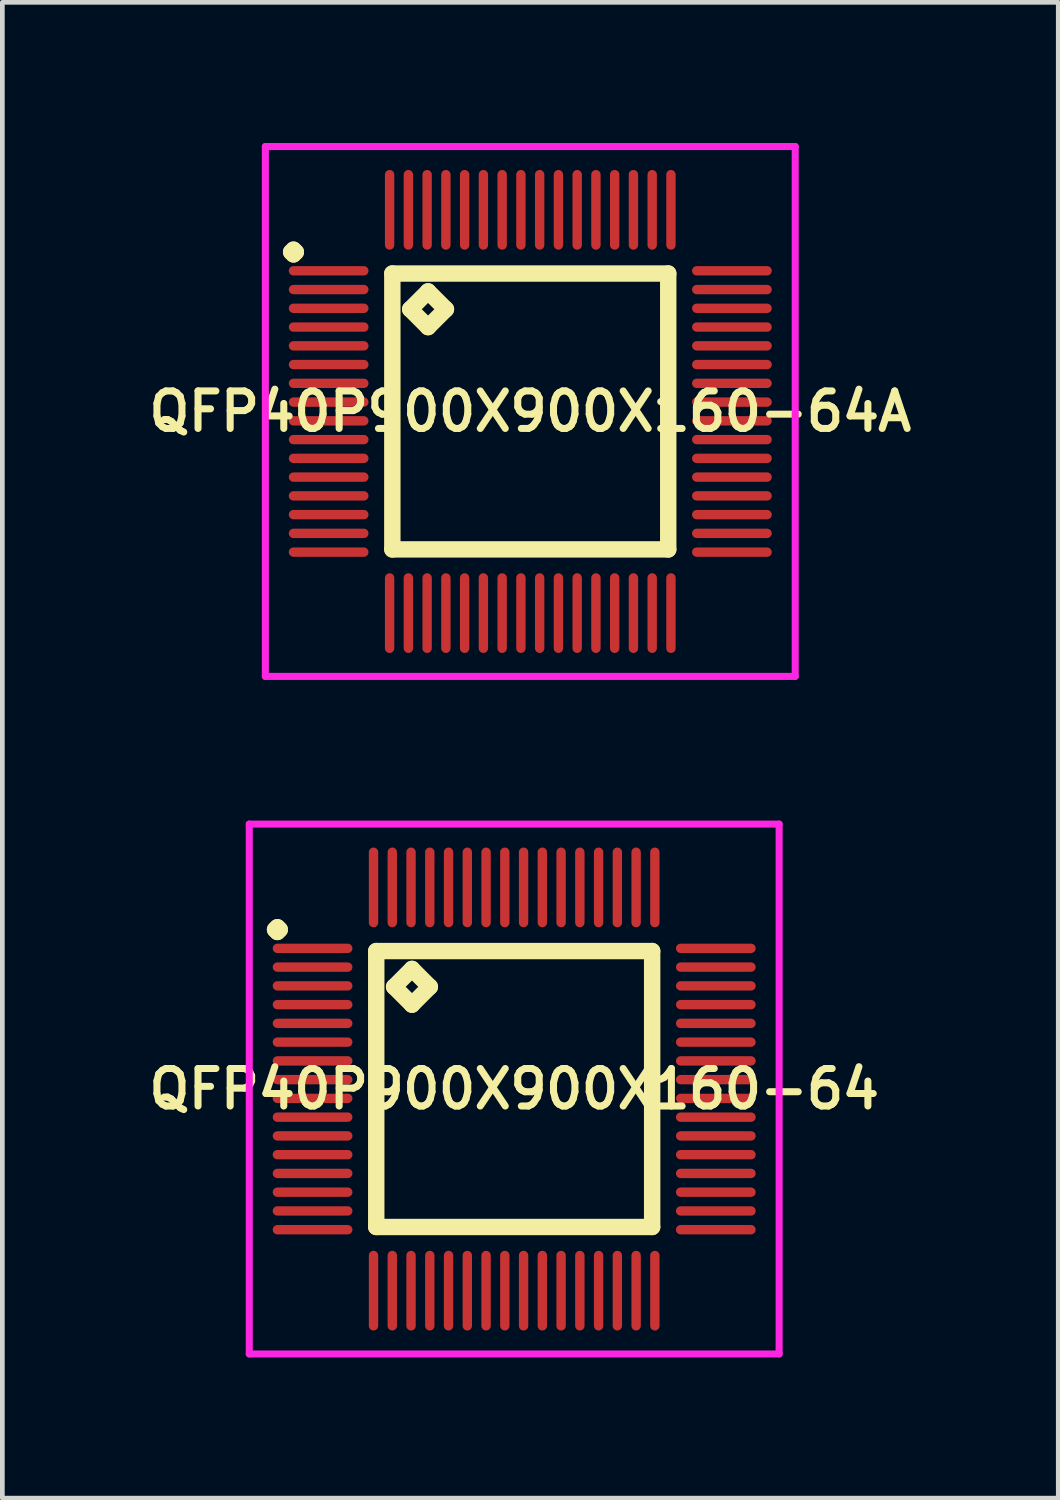
<source format=kicad_pcb>
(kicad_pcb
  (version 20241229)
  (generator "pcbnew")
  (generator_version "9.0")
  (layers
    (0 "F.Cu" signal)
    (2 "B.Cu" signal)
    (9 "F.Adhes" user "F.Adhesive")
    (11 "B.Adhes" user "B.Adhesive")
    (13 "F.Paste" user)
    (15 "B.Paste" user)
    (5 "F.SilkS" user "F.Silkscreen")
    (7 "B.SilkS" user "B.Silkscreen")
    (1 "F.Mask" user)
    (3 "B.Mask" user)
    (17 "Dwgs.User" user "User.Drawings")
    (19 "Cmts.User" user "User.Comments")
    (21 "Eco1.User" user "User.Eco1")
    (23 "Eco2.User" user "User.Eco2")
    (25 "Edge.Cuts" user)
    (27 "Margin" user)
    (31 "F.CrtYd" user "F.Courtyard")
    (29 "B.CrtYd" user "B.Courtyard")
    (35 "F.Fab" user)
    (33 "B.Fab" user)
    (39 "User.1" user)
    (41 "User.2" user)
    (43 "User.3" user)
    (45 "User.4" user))
  (footprint "QFP40P900X900X160-64"
    (layer "F.Cu")
    (at 7.916 20.175)
    (property "Reference" "QFP40P900X900X160-64" (at 0 0 0) (layer "F.SilkS") (effects (font (size 0.8 0.8) (thickness 0.15))))
    (attr smd)
    (fp_line (start -5.1 -3.4) (end -5.05 -3.45) (stroke (width 0.35) (type solid)) (layer "F.SilkS"))
    (fp_line (start -5.05 -3.45) (end -5 -3.4) (stroke (width 0.35) (type solid)) (layer "F.SilkS"))
    (fp_line (start -5.05 -3.35) (end -5.1 -3.4) (stroke (width 0.35) (type solid)) (layer "F.SilkS"))
    (fp_line (start -5 -3.4) (end -5.05 -3.35) (stroke (width 0.35) (type solid)) (layer "F.SilkS"))
    (fp_line (start -2.942 -2.942) (end -2.942 2.942) (stroke (width 0.35) (type solid)) (layer "F.SilkS"))
    (fp_line (start -2.942 2.942) (end 2.942 2.942) (stroke (width 0.35) (type solid)) (layer "F.SilkS"))
    (fp_line (start -2.561 -2.18) (end -2.18 -2.561) (stroke (width 0.35) (type solid)) (layer "F.SilkS"))
    (fp_line (start -2.18 -2.561) (end -1.799 -2.18) (stroke (width 0.35) (type solid)) (layer "F.SilkS"))
    (fp_line (start -2.18 -1.799) (end -2.561 -2.18) (stroke (width 0.35) (type solid)) (layer "F.SilkS"))
    (fp_line (start -1.799 -2.18) (end -2.18 -1.799) (stroke (width 0.35) (type solid)) (layer "F.SilkS"))
    (fp_line (start 2.942 -2.942) (end -2.942 -2.942) (stroke (width 0.35) (type solid)) (layer "F.SilkS"))
    (fp_line (start 2.942 2.942) (end 2.942 -2.942) (stroke (width 0.35) (type solid)) (layer "F.SilkS"))
    (fp_line (start -5.65 -5.65) (end 5.65 -5.65) (stroke (width 0.15) (type solid)) (layer "F.CrtYd"))
    (fp_line (start -5.65 5.65) (end -5.65 -5.65) (stroke (width 0.15) (type solid)) (layer "F.CrtYd"))
    (fp_line (start 5.65 -5.65) (end 5.65 5.65) (stroke (width 0.15) (type solid)) (layer "F.CrtYd"))
    (fp_line (start 5.65 5.65) (end -5.65 5.65) (stroke (width 0.15) (type solid)) (layer "F.CrtYd"))
    (pad "1" smd oval (at -4.3 -3) (size 1.7 0.2) (layers "F.Cu" "F.Mask" "F.Paste"))
    (pad "2" smd oval (at -4.3 -2.6) (size 1.7 0.2) (layers "F.Cu" "F.Mask" "F.Paste"))
    (pad "3" smd oval (at -4.3 -2.2) (size 1.7 0.2) (layers "F.Cu" "F.Mask" "F.Paste"))
    (pad "4" smd oval (at -4.3 -1.8) (size 1.7 0.2) (layers "F.Cu" "F.Mask" "F.Paste"))
    (pad "5" smd oval (at -4.3 -1.4) (size 1.7 0.2) (layers "F.Cu" "F.Mask" "F.Paste"))
    (pad "6" smd oval (at -4.3 -1) (size 1.7 0.2) (layers "F.Cu" "F.Mask" "F.Paste"))
    (pad "7" smd oval (at -4.3 -0.6) (size 1.7 0.2) (layers "F.Cu" "F.Mask" "F.Paste"))
    (pad "8" smd oval (at -4.3 -0.2) (size 1.7 0.2) (layers "F.Cu" "F.Mask" "F.Paste"))
    (pad "9" smd oval (at -4.3 0.2) (size 1.7 0.2) (layers "F.Cu" "F.Mask" "F.Paste"))
    (pad "10" smd oval (at -4.3 0.6) (size 1.7 0.2) (layers "F.Cu" "F.Mask" "F.Paste"))
    (pad "11" smd oval (at -4.3 1) (size 1.7 0.2) (layers "F.Cu" "F.Mask" "F.Paste"))
    (pad "12" smd oval (at -4.3 1.4) (size 1.7 0.2) (layers "F.Cu" "F.Mask" "F.Paste"))
    (pad "13" smd oval (at -4.3 1.8) (size 1.7 0.2) (layers "F.Cu" "F.Mask" "F.Paste"))
    (pad "14" smd oval (at -4.3 2.2) (size 1.7 0.2) (layers "F.Cu" "F.Mask" "F.Paste"))
    (pad "15" smd oval (at -4.3 2.6) (size 1.7 0.2) (layers "F.Cu" "F.Mask" "F.Paste"))
    (pad "16" smd oval (at -4.3 3) (size 1.7 0.2) (layers "F.Cu" "F.Mask" "F.Paste"))
    (pad "17" smd oval (at -3 4.3) (size 0.2 1.7) (layers "F.Cu" "F.Mask" "F.Paste"))
    (pad "18" smd oval (at -2.6 4.3) (size 0.2 1.7) (layers "F.Cu" "F.Mask" "F.Paste"))
    (pad "19" smd oval (at -2.2 4.3) (size 0.2 1.7) (layers "F.Cu" "F.Mask" "F.Paste"))
    (pad "20" smd oval (at -1.8 4.3) (size 0.2 1.7) (layers "F.Cu" "F.Mask" "F.Paste"))
    (pad "21" smd oval (at -1.4 4.3) (size 0.2 1.7) (layers "F.Cu" "F.Mask" "F.Paste"))
    (pad "22" smd oval (at -1 4.3) (size 0.2 1.7) (layers "F.Cu" "F.Mask" "F.Paste"))
    (pad "23" smd oval (at -0.6 4.3) (size 0.2 1.7) (layers "F.Cu" "F.Mask" "F.Paste"))
    (pad "24" smd oval (at -0.2 4.3) (size 0.2 1.7) (layers "F.Cu" "F.Mask" "F.Paste"))
    (pad "25" smd oval (at 0.2 4.3) (size 0.2 1.7) (layers "F.Cu" "F.Mask" "F.Paste"))
    (pad "26" smd oval (at 0.6 4.3) (size 0.2 1.7) (layers "F.Cu" "F.Mask" "F.Paste"))
    (pad "27" smd oval (at 1 4.3) (size 0.2 1.7) (layers "F.Cu" "F.Mask" "F.Paste"))
    (pad "28" smd oval (at 1.4 4.3) (size 0.2 1.7) (layers "F.Cu" "F.Mask" "F.Paste"))
    (pad "29" smd oval (at 1.8 4.3) (size 0.2 1.7) (layers "F.Cu" "F.Mask" "F.Paste"))
    (pad "30" smd oval (at 2.2 4.3) (size 0.2 1.7) (layers "F.Cu" "F.Mask" "F.Paste"))
    (pad "31" smd oval (at 2.6 4.3) (size 0.2 1.7) (layers "F.Cu" "F.Mask" "F.Paste"))
    (pad "32" smd oval (at 3 4.3) (size 0.2 1.7) (layers "F.Cu" "F.Mask" "F.Paste"))
    (pad "33" smd oval (at 4.3 3) (size 1.7 0.2) (layers "F.Cu" "F.Mask" "F.Paste"))
    (pad "34" smd oval (at 4.3 2.6) (size 1.7 0.2) (layers "F.Cu" "F.Mask" "F.Paste"))
    (pad "35" smd oval (at 4.3 2.2) (size 1.7 0.2) (layers "F.Cu" "F.Mask" "F.Paste"))
    (pad "36" smd oval (at 4.3 1.8) (size 1.7 0.2) (layers "F.Cu" "F.Mask" "F.Paste"))
    (pad "37" smd oval (at 4.3 1.4) (size 1.7 0.2) (layers "F.Cu" "F.Mask" "F.Paste"))
    (pad "38" smd oval (at 4.3 1) (size 1.7 0.2) (layers "F.Cu" "F.Mask" "F.Paste"))
    (pad "39" smd oval (at 4.3 0.6) (size 1.7 0.2) (layers "F.Cu" "F.Mask" "F.Paste"))
    (pad "40" smd oval (at 4.3 0.2) (size 1.7 0.2) (layers "F.Cu" "F.Mask" "F.Paste"))
    (pad "41" smd oval (at 4.3 -0.2) (size 1.7 0.2) (layers "F.Cu" "F.Mask" "F.Paste"))
    (pad "42" smd oval (at 4.3 -0.6) (size 1.7 0.2) (layers "F.Cu" "F.Mask" "F.Paste"))
    (pad "43" smd oval (at 4.3 -1) (size 1.7 0.2) (layers "F.Cu" "F.Mask" "F.Paste"))
    (pad "44" smd oval (at 4.3 -1.4) (size 1.7 0.2) (layers "F.Cu" "F.Mask" "F.Paste"))
    (pad "45" smd oval (at 4.3 -1.8) (size 1.7 0.2) (layers "F.Cu" "F.Mask" "F.Paste"))
    (pad "46" smd oval (at 4.3 -2.2) (size 1.7 0.2) (layers "F.Cu" "F.Mask" "F.Paste"))
    (pad "47" smd oval (at 4.3 -2.6) (size 1.7 0.2) (layers "F.Cu" "F.Mask" "F.Paste"))
    (pad "48" smd oval (at 4.3 -3) (size 1.7 0.2) (layers "F.Cu" "F.Mask" "F.Paste"))
    (pad "49" smd oval (at 3 -4.3) (size 0.2 1.7) (layers "F.Cu" "F.Mask" "F.Paste"))
    (pad "50" smd oval (at 2.6 -4.3) (size 0.2 1.7) (layers "F.Cu" "F.Mask" "F.Paste"))
    (pad "51" smd oval (at 2.2 -4.3) (size 0.2 1.7) (layers "F.Cu" "F.Mask" "F.Paste"))
    (pad "52" smd oval (at 1.8 -4.3) (size 0.2 1.7) (layers "F.Cu" "F.Mask" "F.Paste"))
    (pad "53" smd oval (at 1.4 -4.3) (size 0.2 1.7) (layers "F.Cu" "F.Mask" "F.Paste"))
    (pad "54" smd oval (at 1 -4.3) (size 0.2 1.7) (layers "F.Cu" "F.Mask" "F.Paste"))
    (pad "55" smd oval (at 0.6 -4.3) (size 0.2 1.7) (layers "F.Cu" "F.Mask" "F.Paste"))
    (pad "56" smd oval (at 0.2 -4.3) (size 0.2 1.7) (layers "F.Cu" "F.Mask" "F.Paste"))
    (pad "57" smd oval (at -0.2 -4.3) (size 0.2 1.7) (layers "F.Cu" "F.Mask" "F.Paste"))
    (pad "58" smd oval (at -0.6 -4.3) (size 0.2 1.7) (layers "F.Cu" "F.Mask" "F.Paste"))
    (pad "59" smd oval (at -1 -4.3) (size 0.2 1.7) (layers "F.Cu" "F.Mask" "F.Paste"))
    (pad "60" smd oval (at -1.4 -4.3) (size 0.2 1.7) (layers "F.Cu" "F.Mask" "F.Paste"))
    (pad "61" smd oval (at -1.8 -4.3) (size 0.2 1.7) (layers "F.Cu" "F.Mask" "F.Paste"))
    (pad "62" smd oval (at -2.2 -4.3) (size 0.2 1.7) (layers "F.Cu" "F.Mask" "F.Paste"))
    (pad "63" smd oval (at -2.6 -4.3) (size 0.2 1.7) (layers "F.Cu" "F.Mask" "F.Paste"))
    (pad "64" smd oval (at -3 -4.3) (size 0.2 1.7) (layers "F.Cu" "F.Mask" "F.Paste")))
  (footprint "QFP40P900X900X160-64A"
    (layer "F.Cu")
    (at 8.259 5.725)
    (property "Reference" "QFP40P900X900X160-64A" (at 0 0 0) (layer "F.SilkS") (effects (font (size 0.8 0.8) (thickness 0.15))))
    (attr smd)
    (fp_line (start -5.1 -3.4) (end -5.05 -3.45) (stroke (width 0.35) (type solid)) (layer "F.SilkS"))
    (fp_line (start -5.05 -3.45) (end -5 -3.4) (stroke (width 0.35) (type solid)) (layer "F.SilkS"))
    (fp_line (start -5.05 -3.35) (end -5.1 -3.4) (stroke (width 0.35) (type solid)) (layer "F.SilkS"))
    (fp_line (start -5 -3.4) (end -5.05 -3.35) (stroke (width 0.35) (type solid)) (layer "F.SilkS"))
    (fp_line (start -2.942 -2.942) (end -2.942 2.942) (stroke (width 0.35) (type solid)) (layer "F.SilkS"))
    (fp_line (start -2.942 2.942) (end 2.942 2.942) (stroke (width 0.35) (type solid)) (layer "F.SilkS"))
    (fp_line (start -2.561 -2.18) (end -2.18 -2.561) (stroke (width 0.35) (type solid)) (layer "F.SilkS"))
    (fp_line (start -2.18 -2.561) (end -1.799 -2.18) (stroke (width 0.35) (type solid)) (layer "F.SilkS"))
    (fp_line (start -2.18 -1.799) (end -2.561 -2.18) (stroke (width 0.35) (type solid)) (layer "F.SilkS"))
    (fp_line (start -1.799 -2.18) (end -2.18 -1.799) (stroke (width 0.35) (type solid)) (layer "F.SilkS"))
    (fp_line (start 2.942 -2.942) (end -2.942 -2.942) (stroke (width 0.35) (type solid)) (layer "F.SilkS"))
    (fp_line (start 2.942 2.942) (end 2.942 -2.942) (stroke (width 0.35) (type solid)) (layer "F.SilkS"))
    (fp_line (start -5.65 -5.65) (end 5.65 -5.65) (stroke (width 0.15) (type solid)) (layer "F.CrtYd"))
    (fp_line (start -5.65 5.65) (end -5.65 -5.65) (stroke (width 0.15) (type solid)) (layer "F.CrtYd"))
    (fp_line (start 5.65 -5.65) (end 5.65 5.65) (stroke (width 0.15) (type solid)) (layer "F.CrtYd"))
    (fp_line (start 5.65 5.65) (end -5.65 5.65) (stroke (width 0.15) (type solid)) (layer "F.CrtYd"))
    (pad "1" smd oval (at -4.3 -3) (size 1.7 0.2) (layers "F.Cu" "F.Mask" "F.Paste"))
    (pad "2" smd oval (at -4.3 -2.6) (size 1.7 0.2) (layers "F.Cu" "F.Mask" "F.Paste"))
    (pad "3" smd oval (at -4.3 -2.2) (size 1.7 0.2) (layers "F.Cu" "F.Mask" "F.Paste"))
    (pad "4" smd oval (at -4.3 -1.8) (size 1.7 0.2) (layers "F.Cu" "F.Mask" "F.Paste"))
    (pad "5" smd oval (at -4.3 -1.4) (size 1.7 0.2) (layers "F.Cu" "F.Mask" "F.Paste"))
    (pad "6" smd oval (at -4.3 -1) (size 1.7 0.2) (layers "F.Cu" "F.Mask" "F.Paste"))
    (pad "7" smd oval (at -4.3 -0.6) (size 1.7 0.2) (layers "F.Cu" "F.Mask" "F.Paste"))
    (pad "8" smd oval (at -4.3 -0.2) (size 1.7 0.2) (layers "F.Cu" "F.Mask" "F.Paste"))
    (pad "9" smd oval (at -4.3 0.2) (size 1.7 0.2) (layers "F.Cu" "F.Mask" "F.Paste"))
    (pad "10" smd oval (at -4.3 0.6) (size 1.7 0.2) (layers "F.Cu" "F.Mask" "F.Paste"))
    (pad "11" smd oval (at -4.3 1) (size 1.7 0.2) (layers "F.Cu" "F.Mask" "F.Paste"))
    (pad "12" smd oval (at -4.3 1.4) (size 1.7 0.2) (layers "F.Cu" "F.Mask" "F.Paste"))
    (pad "13" smd oval (at -4.3 1.8) (size 1.7 0.2) (layers "F.Cu" "F.Mask" "F.Paste"))
    (pad "14" smd oval (at -4.3 2.2) (size 1.7 0.2) (layers "F.Cu" "F.Mask" "F.Paste"))
    (pad "15" smd oval (at -4.3 2.6) (size 1.7 0.2) (layers "F.Cu" "F.Mask" "F.Paste"))
    (pad "16" smd oval (at -4.3 3) (size 1.7 0.2) (layers "F.Cu" "F.Mask" "F.Paste"))
    (pad "17" smd oval (at -3 4.3) (size 0.2 1.7) (layers "F.Cu" "F.Mask" "F.Paste"))
    (pad "18" smd oval (at -2.6 4.3) (size 0.2 1.7) (layers "F.Cu" "F.Mask" "F.Paste"))
    (pad "19" smd oval (at -2.2 4.3) (size 0.2 1.7) (layers "F.Cu" "F.Mask" "F.Paste"))
    (pad "20" smd oval (at -1.8 4.3) (size 0.2 1.7) (layers "F.Cu" "F.Mask" "F.Paste"))
    (pad "21" smd oval (at -1.4 4.3) (size 0.2 1.7) (layers "F.Cu" "F.Mask" "F.Paste"))
    (pad "22" smd oval (at -1 4.3) (size 0.2 1.7) (layers "F.Cu" "F.Mask" "F.Paste"))
    (pad "23" smd oval (at -0.6 4.3) (size 0.2 1.7) (layers "F.Cu" "F.Mask" "F.Paste"))
    (pad "24" smd oval (at -0.2 4.3) (size 0.2 1.7) (layers "F.Cu" "F.Mask" "F.Paste"))
    (pad "25" smd oval (at 0.2 4.3) (size 0.2 1.7) (layers "F.Cu" "F.Mask" "F.Paste"))
    (pad "26" smd oval (at 0.6 4.3) (size 0.2 1.7) (layers "F.Cu" "F.Mask" "F.Paste"))
    (pad "27" smd oval (at 1 4.3) (size 0.2 1.7) (layers "F.Cu" "F.Mask" "F.Paste"))
    (pad "28" smd oval (at 1.4 4.3) (size 0.2 1.7) (layers "F.Cu" "F.Mask" "F.Paste"))
    (pad "29" smd oval (at 1.8 4.3) (size 0.2 1.7) (layers "F.Cu" "F.Mask" "F.Paste"))
    (pad "30" smd oval (at 2.2 4.3) (size 0.2 1.7) (layers "F.Cu" "F.Mask" "F.Paste"))
    (pad "31" smd oval (at 2.6 4.3) (size 0.2 1.7) (layers "F.Cu" "F.Mask" "F.Paste"))
    (pad "32" smd oval (at 3 4.3) (size 0.2 1.7) (layers "F.Cu" "F.Mask" "F.Paste"))
    (pad "33" smd oval (at 4.3 3) (size 1.7 0.2) (layers "F.Cu" "F.Mask" "F.Paste"))
    (pad "34" smd oval (at 4.3 2.6) (size 1.7 0.2) (layers "F.Cu" "F.Mask" "F.Paste"))
    (pad "35" smd oval (at 4.3 2.2) (size 1.7 0.2) (layers "F.Cu" "F.Mask" "F.Paste"))
    (pad "36" smd oval (at 4.3 1.8) (size 1.7 0.2) (layers "F.Cu" "F.Mask" "F.Paste"))
    (pad "37" smd oval (at 4.3 1.4) (size 1.7 0.2) (layers "F.Cu" "F.Mask" "F.Paste"))
    (pad "38" smd oval (at 4.3 1) (size 1.7 0.2) (layers "F.Cu" "F.Mask" "F.Paste"))
    (pad "39" smd oval (at 4.3 0.6) (size 1.7 0.2) (layers "F.Cu" "F.Mask" "F.Paste"))
    (pad "40" smd oval (at 4.3 0.2) (size 1.7 0.2) (layers "F.Cu" "F.Mask" "F.Paste"))
    (pad "41" smd oval (at 4.3 -0.2) (size 1.7 0.2) (layers "F.Cu" "F.Mask" "F.Paste"))
    (pad "42" smd oval (at 4.3 -0.6) (size 1.7 0.2) (layers "F.Cu" "F.Mask" "F.Paste"))
    (pad "43" smd oval (at 4.3 -1) (size 1.7 0.2) (layers "F.Cu" "F.Mask" "F.Paste"))
    (pad "44" smd oval (at 4.3 -1.4) (size 1.7 0.2) (layers "F.Cu" "F.Mask" "F.Paste"))
    (pad "45" smd oval (at 4.3 -1.8) (size 1.7 0.2) (layers "F.Cu" "F.Mask" "F.Paste"))
    (pad "46" smd oval (at 4.3 -2.2) (size 1.7 0.2) (layers "F.Cu" "F.Mask" "F.Paste"))
    (pad "47" smd oval (at 4.3 -2.6) (size 1.7 0.2) (layers "F.Cu" "F.Mask" "F.Paste"))
    (pad "48" smd oval (at 4.3 -3) (size 1.7 0.2) (layers "F.Cu" "F.Mask" "F.Paste"))
    (pad "49" smd oval (at 3 -4.3) (size 0.2 1.7) (layers "F.Cu" "F.Mask" "F.Paste"))
    (pad "50" smd oval (at 2.6 -4.3) (size 0.2 1.7) (layers "F.Cu" "F.Mask" "F.Paste"))
    (pad "51" smd oval (at 2.2 -4.3) (size 0.2 1.7) (layers "F.Cu" "F.Mask" "F.Paste"))
    (pad "52" smd oval (at 1.8 -4.3) (size 0.2 1.7) (layers "F.Cu" "F.Mask" "F.Paste"))
    (pad "53" smd oval (at 1.4 -4.3) (size 0.2 1.7) (layers "F.Cu" "F.Mask" "F.Paste"))
    (pad "54" smd oval (at 1 -4.3) (size 0.2 1.7) (layers "F.Cu" "F.Mask" "F.Paste"))
    (pad "55" smd oval (at 0.6 -4.3) (size 0.2 1.7) (layers "F.Cu" "F.Mask" "F.Paste"))
    (pad "56" smd oval (at 0.2 -4.3) (size 0.2 1.7) (layers "F.Cu" "F.Mask" "F.Paste"))
    (pad "57" smd oval (at -0.2 -4.3) (size 0.2 1.7) (layers "F.Cu" "F.Mask" "F.Paste"))
    (pad "58" smd oval (at -0.6 -4.3) (size 0.2 1.7) (layers "F.Cu" "F.Mask" "F.Paste"))
    (pad "59" smd oval (at -1 -4.3) (size 0.2 1.7) (layers "F.Cu" "F.Mask" "F.Paste"))
    (pad "60" smd oval (at -1.4 -4.3) (size 0.2 1.7) (layers "F.Cu" "F.Mask" "F.Paste"))
    (pad "61" smd oval (at -1.8 -4.3) (size 0.2 1.7) (layers "F.Cu" "F.Mask" "F.Paste"))
    (pad "62" smd oval (at -2.2 -4.3) (size 0.2 1.7) (layers "F.Cu" "F.Mask" "F.Paste"))
    (pad "63" smd oval (at -2.6 -4.3) (size 0.2 1.7) (layers "F.Cu" "F.Mask" "F.Paste"))
    (pad "64" smd oval (at -3 -4.3) (size 0.2 1.7) (layers "F.Cu" "F.Mask" "F.Paste")))
  (gr_rect
    (start -3 -3)
    (end 19.519 28.9)
    (stroke (width 0.1) (type default))
    (fill no)
    (layer "Edge.Cuts")))
</source>
